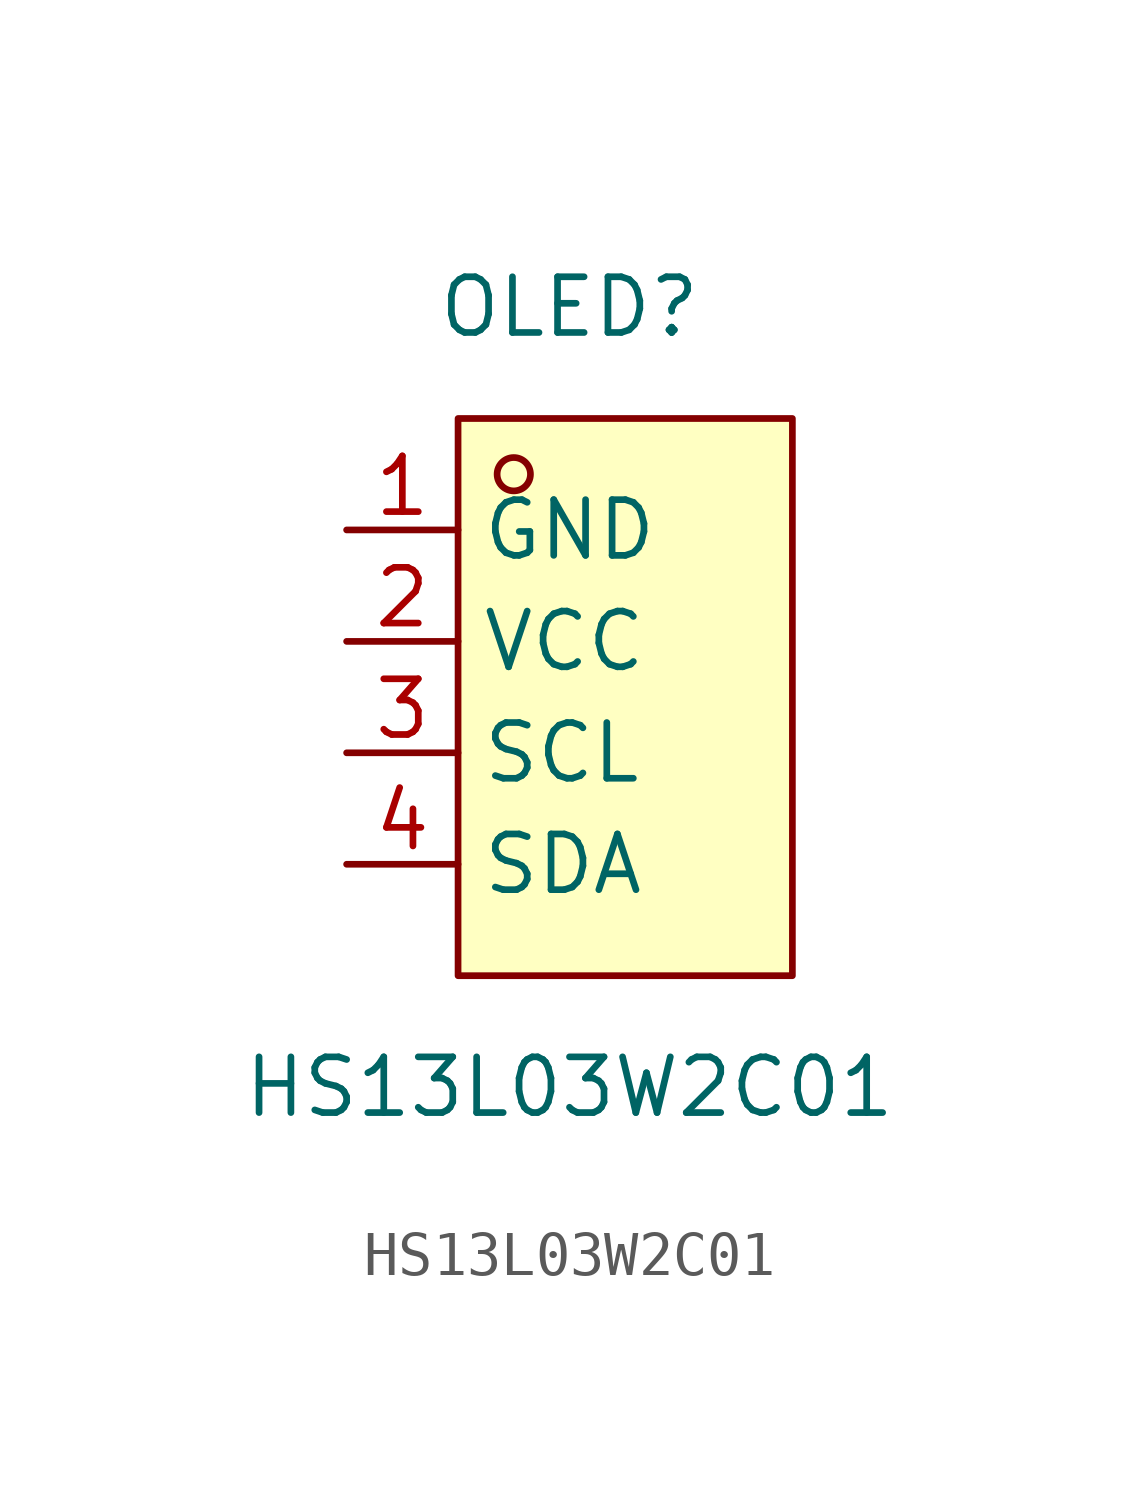
<source format=kicad_sym>
(kicad_symbol_lib
  (version 20211014)
  (generator https://github.com/uPesy/easyeda2kicad.py)
  (symbol "HS13L03W2C01"
    (property "Reference" "OLED"
      (at 0 8.89 0)
      (effects (font (size 1.27 1.27))))
    (property "Value" "HS13L03W2C01"
      (at 0 -8.89 0)
      (effects (font (size 1.27 1.27))))
    (symbol "HS13L03W2C01_0_1"
      (rectangle (start -2.54 6.35) (end 5.08 -6.35) (stroke (width 0) (type default) (color 0 0 0 0)) (fill (type background)))
      (circle (center -1.27 5.08) (radius 0.38) (stroke (width 0) (type default) (color 0 0 0 0)) (fill (type none)))
      (pin unspecified line (at -5.08 3.81 0) (length 2.54) (name "GND" (effects (font (size 1.27 1.27)))) (number "1" (effects (font (size 1.27 1.27)))))
      (pin unspecified line (at -5.08 1.27 0) (length 2.54) (name "VCC" (effects (font (size 1.27 1.27)))) (number "2" (effects (font (size 1.27 1.27)))))
      (pin unspecified line (at -5.08 -1.27 0) (length 2.54) (name "SCL" (effects (font (size 1.27 1.27)))) (number "3" (effects (font (size 1.27 1.27)))))
      (pin unspecified line (at -5.08 -3.81 0) (length 2.54) (name "SDA" (effects (font (size 1.27 1.27)))) (number "4" (effects (font (size 1.27 1.27))))))))
</source>
